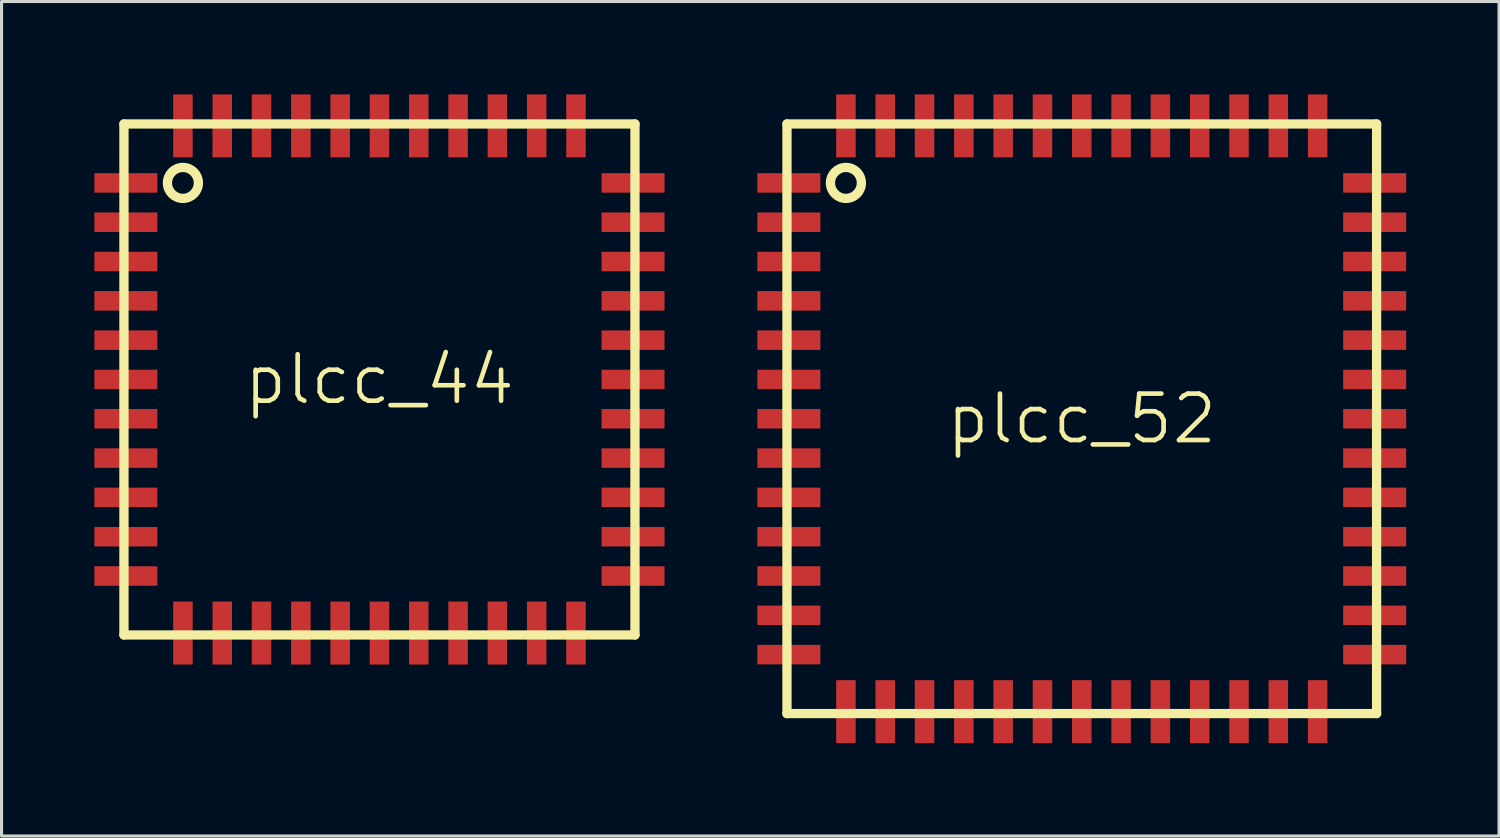
<source format=kicad_pcb>
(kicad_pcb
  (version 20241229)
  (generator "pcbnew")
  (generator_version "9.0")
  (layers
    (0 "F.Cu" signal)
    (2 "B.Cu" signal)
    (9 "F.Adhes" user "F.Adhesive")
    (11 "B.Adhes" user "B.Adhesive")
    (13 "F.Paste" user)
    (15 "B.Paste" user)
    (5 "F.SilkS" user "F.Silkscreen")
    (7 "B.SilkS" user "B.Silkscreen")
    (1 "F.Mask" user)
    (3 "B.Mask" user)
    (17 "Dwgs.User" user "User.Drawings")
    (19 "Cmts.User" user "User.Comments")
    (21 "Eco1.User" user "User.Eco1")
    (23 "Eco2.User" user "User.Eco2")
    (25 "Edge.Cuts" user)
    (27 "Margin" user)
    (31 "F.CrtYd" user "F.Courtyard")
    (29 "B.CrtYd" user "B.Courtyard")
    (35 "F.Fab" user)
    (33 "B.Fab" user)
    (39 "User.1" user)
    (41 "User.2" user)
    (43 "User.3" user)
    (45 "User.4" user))
  (footprint "plcc_44"
    (layer "F.Cu")
    (at 9.21 9.21)
    (property "Reference" "plcc_44" (at 0 0 0) (layer "F.SilkS") (effects (font (size 1.5 1.5) (thickness 0.15))))
    (attr through_hole)
    (fp_line (start -8.255 -8.255) (end 8.255 -8.255) (stroke (width 0.3) (type solid)) (layer "F.SilkS"))
    (fp_line (start -8.255 8.255) (end -8.255 -8.255) (stroke (width 0.3) (type solid)) (layer "F.SilkS"))
    (fp_line (start 8.255 -8.255) (end 8.255 8.255) (stroke (width 0.3) (type solid)) (layer "F.SilkS"))
    (fp_line (start 8.255 8.255) (end -8.255 8.255) (stroke (width 0.3) (type solid)) (layer "F.SilkS"))
    (fp_circle (center -6.35 -6.35) (end -5.85 -6.35) (stroke (width 0.3) (type solid)) (fill no) (layer "F.SilkS"))
    (pad "1" smd rect (at -8.193 -6.35 90) (size 0.63 2.035) (layers "F.Cu" "F.Mask" "F.Paste"))
    (pad "2" smd rect (at -8.193 -5.08 90) (size 0.63 2.035) (layers "F.Cu" "F.Mask" "F.Paste"))
    (pad "3" smd rect (at -8.193 -3.81 90) (size 0.63 2.035) (layers "F.Cu" "F.Mask" "F.Paste"))
    (pad "4" smd rect (at -8.193 -2.54 90) (size 0.63 2.035) (layers "F.Cu" "F.Mask" "F.Paste"))
    (pad "5" smd rect (at -8.193 -1.27 90) (size 0.63 2.035) (layers "F.Cu" "F.Mask" "F.Paste"))
    (pad "6" smd rect (at -8.193 0 90) (size 0.63 2.035) (layers "F.Cu" "F.Mask" "F.Paste"))
    (pad "7" smd rect (at -8.193 1.27 90) (size 0.63 2.035) (layers "F.Cu" "F.Mask" "F.Paste"))
    (pad "8" smd rect (at -8.193 2.54 90) (size 0.63 2.035) (layers "F.Cu" "F.Mask" "F.Paste"))
    (pad "9" smd rect (at -8.193 3.81 90) (size 0.63 2.035) (layers "F.Cu" "F.Mask" "F.Paste"))
    (pad "10" smd rect (at -8.193 5.08 90) (size 0.63 2.035) (layers "F.Cu" "F.Mask" "F.Paste"))
    (pad "11" smd rect (at -8.193 6.35 90) (size 0.63 2.035) (layers "F.Cu" "F.Mask" "F.Paste"))
    (pad "12" smd rect (at -6.35 8.193) (size 0.63 2.035) (layers "F.Cu" "F.Mask" "F.Paste"))
    (pad "13" smd rect (at -5.08 8.193) (size 0.63 2.035) (layers "F.Cu" "F.Mask" "F.Paste"))
    (pad "14" smd rect (at -3.81 8.193) (size 0.63 2.035) (layers "F.Cu" "F.Mask" "F.Paste"))
    (pad "15" smd rect (at -2.54 8.193) (size 0.63 2.035) (layers "F.Cu" "F.Mask" "F.Paste"))
    (pad "16" smd rect (at -1.27 8.193) (size 0.63 2.035) (layers "F.Cu" "F.Mask" "F.Paste"))
    (pad "17" smd rect (at 0 8.193) (size 0.63 2.035) (layers "F.Cu" "F.Mask" "F.Paste"))
    (pad "18" smd rect (at 1.27 8.193) (size 0.63 2.035) (layers "F.Cu" "F.Mask" "F.Paste"))
    (pad "19" smd rect (at 2.54 8.193) (size 0.63 2.035) (layers "F.Cu" "F.Mask" "F.Paste"))
    (pad "20" smd rect (at 3.81 8.193) (size 0.63 2.035) (layers "F.Cu" "F.Mask" "F.Paste"))
    (pad "21" smd rect (at 5.08 8.193) (size 0.63 2.035) (layers "F.Cu" "F.Mask" "F.Paste"))
    (pad "22" smd rect (at 6.35 8.193) (size 0.63 2.035) (layers "F.Cu" "F.Mask" "F.Paste"))
    (pad "23" smd rect (at 8.193 6.35 90) (size 0.63 2.035) (layers "F.Cu" "F.Mask" "F.Paste"))
    (pad "24" smd rect (at 8.193 5.08 90) (size 0.63 2.035) (layers "F.Cu" "F.Mask" "F.Paste"))
    (pad "25" smd rect (at 8.193 3.81 90) (size 0.63 2.035) (layers "F.Cu" "F.Mask" "F.Paste"))
    (pad "26" smd rect (at 8.193 2.54 90) (size 0.63 2.035) (layers "F.Cu" "F.Mask" "F.Paste"))
    (pad "27" smd rect (at 8.193 1.27 90) (size 0.63 2.035) (layers "F.Cu" "F.Mask" "F.Paste"))
    (pad "28" smd rect (at 8.193 0 90) (size 0.63 2.035) (layers "F.Cu" "F.Mask" "F.Paste"))
    (pad "29" smd rect (at 8.193 -1.27 90) (size 0.63 2.035) (layers "F.Cu" "F.Mask" "F.Paste"))
    (pad "30" smd rect (at 8.193 -2.54 90) (size 0.63 2.035) (layers "F.Cu" "F.Mask" "F.Paste"))
    (pad "31" smd rect (at 8.193 -3.81 90) (size 0.63 2.035) (layers "F.Cu" "F.Mask" "F.Paste"))
    (pad "32" smd rect (at 8.193 -5.08 90) (size 0.63 2.035) (layers "F.Cu" "F.Mask" "F.Paste"))
    (pad "33" smd rect (at 8.193 -6.35 90) (size 0.63 2.035) (layers "F.Cu" "F.Mask" "F.Paste"))
    (pad "34" smd rect (at 6.35 -8.193) (size 0.63 2.035) (layers "F.Cu" "F.Mask" "F.Paste"))
    (pad "35" smd rect (at 5.08 -8.193) (size 0.63 2.035) (layers "F.Cu" "F.Mask" "F.Paste"))
    (pad "36" smd rect (at 3.81 -8.193) (size 0.63 2.035) (layers "F.Cu" "F.Mask" "F.Paste"))
    (pad "37" smd rect (at 2.54 -8.193) (size 0.63 2.035) (layers "F.Cu" "F.Mask" "F.Paste"))
    (pad "38" smd rect (at 1.27 -8.193) (size 0.63 2.035) (layers "F.Cu" "F.Mask" "F.Paste"))
    (pad "39" smd rect (at 0 -8.193) (size 0.63 2.035) (layers "F.Cu" "F.Mask" "F.Paste"))
    (pad "40" smd rect (at -1.27 -8.193) (size 0.63 2.035) (layers "F.Cu" "F.Mask" "F.Paste"))
    (pad "41" smd rect (at -2.54 -8.193) (size 0.63 2.035) (layers "F.Cu" "F.Mask" "F.Paste"))
    (pad "42" smd rect (at -3.81 -8.193) (size 0.63 2.035) (layers "F.Cu" "F.Mask" "F.Paste"))
    (pad "43" smd rect (at -5.08 -8.193) (size 0.63 2.035) (layers "F.Cu" "F.Mask" "F.Paste"))
    (pad "44" smd rect (at -6.35 -8.193) (size 0.63 2.035) (layers "F.Cu" "F.Mask" "F.Paste")))
  (footprint "plcc_52"
    (layer "F.Cu")
    (at 31.901 10.48)
    (property "Reference" "plcc_52" (at 0 0 0) (layer "F.SilkS") (effects (font (size 1.5 1.5) (thickness 0.15))))
    (attr through_hole)
    (fp_line (start -9.525 -9.525) (end 9.525 -9.525) (stroke (width 0.3) (type solid)) (layer "F.SilkS"))
    (fp_line (start -9.525 9.525) (end -9.525 -9.525) (stroke (width 0.3) (type solid)) (layer "F.SilkS"))
    (fp_line (start 9.525 -9.525) (end 9.525 9.525) (stroke (width 0.3) (type solid)) (layer "F.SilkS"))
    (fp_line (start 9.525 9.525) (end -9.525 9.525) (stroke (width 0.3) (type solid)) (layer "F.SilkS"))
    (fp_circle (center -7.62 -7.62) (end -7.12 -7.62) (stroke (width 0.3) (type solid)) (fill no) (layer "F.SilkS"))
    (pad "1" smd rect (at -9.463 -7.62 90) (size 0.63 2.035) (layers "F.Cu" "F.Mask" "F.Paste"))
    (pad "2" smd rect (at -9.463 -6.35 90) (size 0.63 2.035) (layers "F.Cu" "F.Mask" "F.Paste"))
    (pad "3" smd rect (at -9.463 -5.08 90) (size 0.63 2.035) (layers "F.Cu" "F.Mask" "F.Paste"))
    (pad "4" smd rect (at -9.463 -3.81 90) (size 0.63 2.035) (layers "F.Cu" "F.Mask" "F.Paste"))
    (pad "5" smd rect (at -9.463 -2.54 90) (size 0.63 2.035) (layers "F.Cu" "F.Mask" "F.Paste"))
    (pad "6" smd rect (at -9.463 -1.27 90) (size 0.63 2.035) (layers "F.Cu" "F.Mask" "F.Paste"))
    (pad "7" smd rect (at -9.463 0 90) (size 0.63 2.035) (layers "F.Cu" "F.Mask" "F.Paste"))
    (pad "8" smd rect (at -9.463 1.27 90) (size 0.63 2.035) (layers "F.Cu" "F.Mask" "F.Paste"))
    (pad "9" smd rect (at -9.463 2.54 90) (size 0.63 2.035) (layers "F.Cu" "F.Mask" "F.Paste"))
    (pad "10" smd rect (at -9.463 3.81 90) (size 0.63 2.035) (layers "F.Cu" "F.Mask" "F.Paste"))
    (pad "11" smd rect (at -9.463 5.08 90) (size 0.63 2.035) (layers "F.Cu" "F.Mask" "F.Paste"))
    (pad "12" smd rect (at -9.463 6.35 90) (size 0.63 2.035) (layers "F.Cu" "F.Mask" "F.Paste"))
    (pad "13" smd rect (at -9.463 7.62 90) (size 0.63 2.035) (layers "F.Cu" "F.Mask" "F.Paste"))
    (pad "14" smd rect (at -7.62 9.463) (size 0.63 2.035) (layers "F.Cu" "F.Mask" "F.Paste"))
    (pad "15" smd rect (at -6.35 9.463) (size 0.63 2.035) (layers "F.Cu" "F.Mask" "F.Paste"))
    (pad "16" smd rect (at -5.08 9.463) (size 0.63 2.035) (layers "F.Cu" "F.Mask" "F.Paste"))
    (pad "17" smd rect (at -3.81 9.463) (size 0.63 2.035) (layers "F.Cu" "F.Mask" "F.Paste"))
    (pad "18" smd rect (at -2.54 9.463) (size 0.63 2.035) (layers "F.Cu" "F.Mask" "F.Paste"))
    (pad "19" smd rect (at -1.27 9.463) (size 0.63 2.035) (layers "F.Cu" "F.Mask" "F.Paste"))
    (pad "20" smd rect (at 0 9.463) (size 0.63 2.035) (layers "F.Cu" "F.Mask" "F.Paste"))
    (pad "21" smd rect (at 1.27 9.463) (size 0.63 2.035) (layers "F.Cu" "F.Mask" "F.Paste"))
    (pad "22" smd rect (at 2.54 9.463) (size 0.63 2.035) (layers "F.Cu" "F.Mask" "F.Paste"))
    (pad "23" smd rect (at 3.81 9.463) (size 0.63 2.035) (layers "F.Cu" "F.Mask" "F.Paste"))
    (pad "24" smd rect (at 5.08 9.463) (size 0.63 2.035) (layers "F.Cu" "F.Mask" "F.Paste"))
    (pad "25" smd rect (at 6.35 9.463) (size 0.63 2.035) (layers "F.Cu" "F.Mask" "F.Paste"))
    (pad "26" smd rect (at 7.62 9.463) (size 0.63 2.035) (layers "F.Cu" "F.Mask" "F.Paste"))
    (pad "27" smd rect (at 9.463 7.62 90) (size 0.63 2.035) (layers "F.Cu" "F.Mask" "F.Paste"))
    (pad "28" smd rect (at 9.463 6.35 90) (size 0.63 2.035) (layers "F.Cu" "F.Mask" "F.Paste"))
    (pad "29" smd rect (at 9.463 5.08 90) (size 0.63 2.035) (layers "F.Cu" "F.Mask" "F.Paste"))
    (pad "30" smd rect (at 9.463 3.81 90) (size 0.63 2.035) (layers "F.Cu" "F.Mask" "F.Paste"))
    (pad "31" smd rect (at 9.463 2.54 90) (size 0.63 2.035) (layers "F.Cu" "F.Mask" "F.Paste"))
    (pad "32" smd rect (at 9.463 1.27 90) (size 0.63 2.035) (layers "F.Cu" "F.Mask" "F.Paste"))
    (pad "33" smd rect (at 9.463 0 90) (size 0.63 2.035) (layers "F.Cu" "F.Mask" "F.Paste"))
    (pad "34" smd rect (at 9.463 -1.27 90) (size 0.63 2.035) (layers "F.Cu" "F.Mask" "F.Paste"))
    (pad "35" smd rect (at 9.463 -2.54 90) (size 0.63 2.035) (layers "F.Cu" "F.Mask" "F.Paste"))
    (pad "36" smd rect (at 9.463 -3.81 90) (size 0.63 2.035) (layers "F.Cu" "F.Mask" "F.Paste"))
    (pad "37" smd rect (at 9.463 -5.08 90) (size 0.63 2.035) (layers "F.Cu" "F.Mask" "F.Paste"))
    (pad "38" smd rect (at 9.463 -6.35 90) (size 0.63 2.035) (layers "F.Cu" "F.Mask" "F.Paste"))
    (pad "39" smd rect (at 9.463 -7.62 90) (size 0.63 2.035) (layers "F.Cu" "F.Mask" "F.Paste"))
    (pad "40" smd rect (at 7.62 -9.463) (size 0.63 2.035) (layers "F.Cu" "F.Mask" "F.Paste"))
    (pad "41" smd rect (at 6.35 -9.463) (size 0.63 2.035) (layers "F.Cu" "F.Mask" "F.Paste"))
    (pad "42" smd rect (at 5.08 -9.463) (size 0.63 2.035) (layers "F.Cu" "F.Mask" "F.Paste"))
    (pad "43" smd rect (at 3.81 -9.463) (size 0.63 2.035) (layers "F.Cu" "F.Mask" "F.Paste"))
    (pad "44" smd rect (at 2.54 -9.463) (size 0.63 2.035) (layers "F.Cu" "F.Mask" "F.Paste"))
    (pad "45" smd rect (at 1.27 -9.463) (size 0.63 2.035) (layers "F.Cu" "F.Mask" "F.Paste"))
    (pad "46" smd rect (at 0 -9.463) (size 0.63 2.035) (layers "F.Cu" "F.Mask" "F.Paste"))
    (pad "47" smd rect (at -1.27 -9.463) (size 0.63 2.035) (layers "F.Cu" "F.Mask" "F.Paste"))
    (pad "48" smd rect (at -2.54 -9.463) (size 0.63 2.035) (layers "F.Cu" "F.Mask" "F.Paste"))
    (pad "49" smd rect (at -3.81 -9.463) (size 0.63 2.035) (layers "F.Cu" "F.Mask" "F.Paste"))
    (pad "50" smd rect (at -5.08 -9.463) (size 0.63 2.035) (layers "F.Cu" "F.Mask" "F.Paste"))
    (pad "51" smd rect (at -6.35 -9.463) (size 0.63 2.035) (layers "F.Cu" "F.Mask" "F.Paste"))
    (pad "52" smd rect (at -7.62 -9.463) (size 0.63 2.035) (layers "F.Cu" "F.Mask" "F.Paste")))
  (gr_rect
    (start -3 -3)
    (end 45.382 23.961)
    (stroke (width 0.1) (type default))
    (fill no)
    (layer "Edge.Cuts")))
</source>
